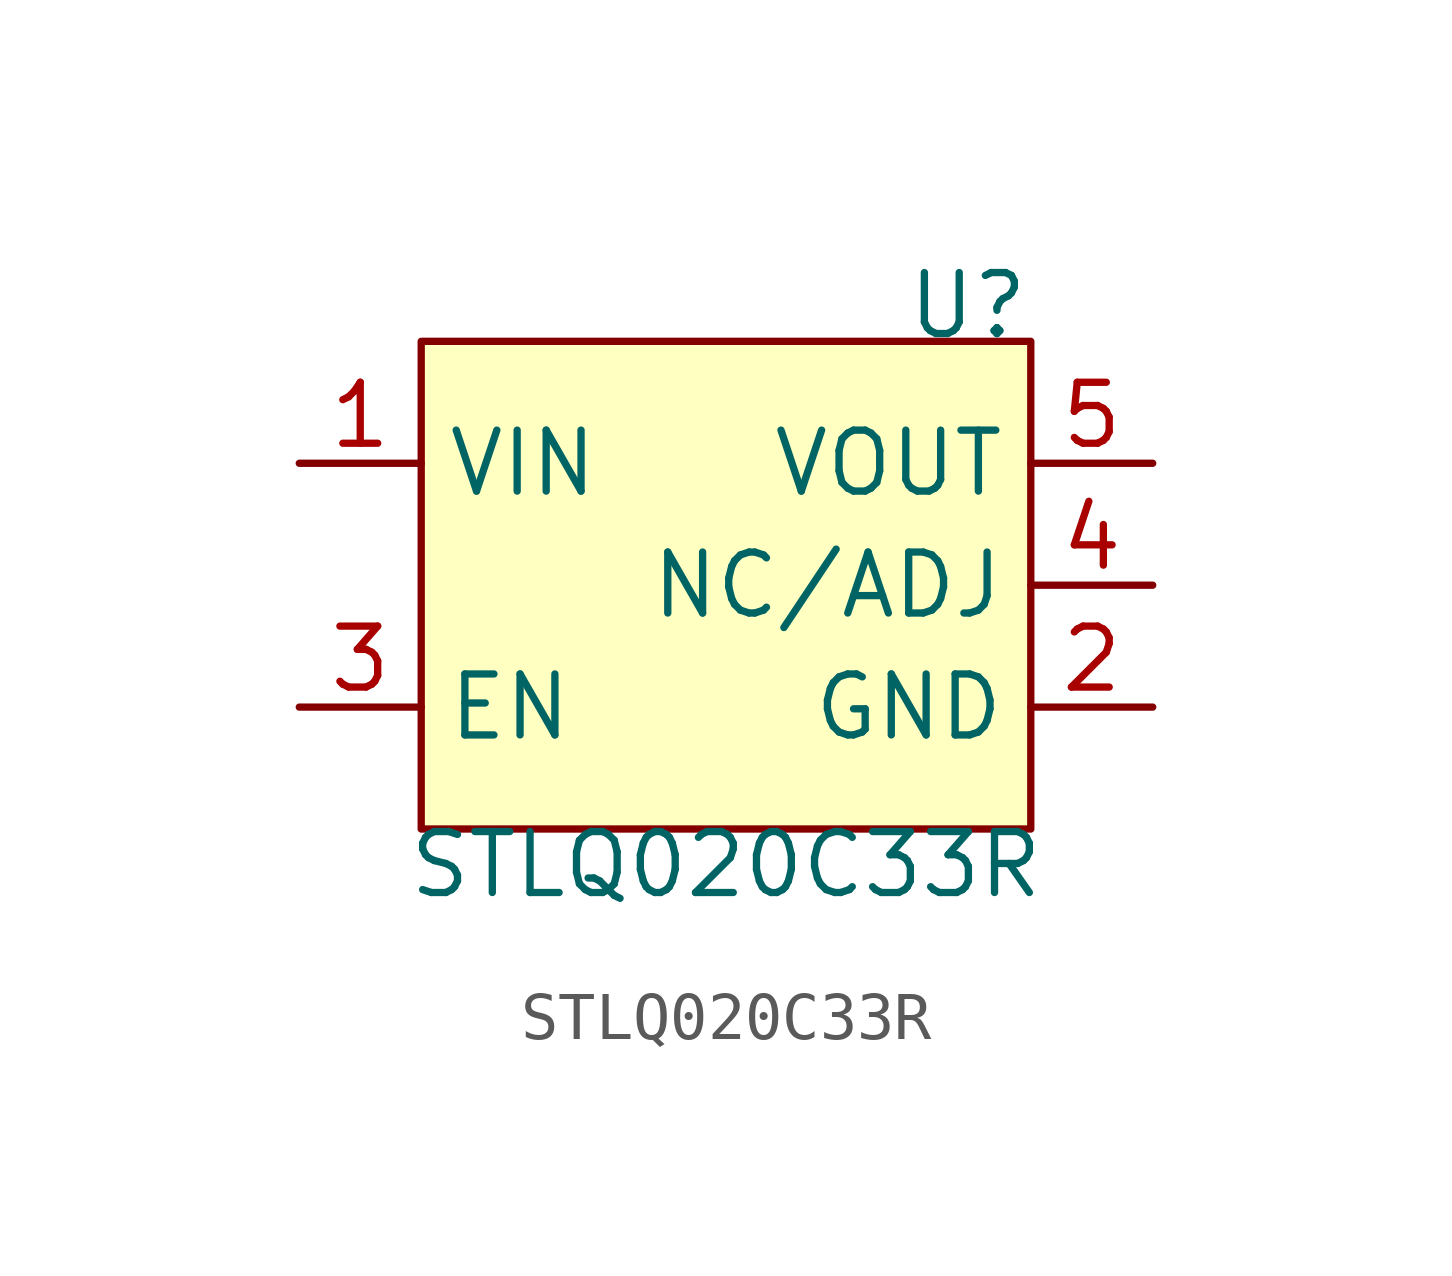
<source format=kicad_sym>
(kicad_symbol_lib
  (version 20211014)
  (generator kicad_symbol_editor)
  (symbol "STLQ020C33R"
    (property "Reference" "U"
      (at 6.35 5.08 0)
      (effects (font (size 1.27 1.27)) (justify right bottom)))
    (property "Value" "STLQ020C33R"
      (at 0 -5.08 0)
      (effects (font (size 1.27 1.27)) (justify top)))
    (symbol "STLQ020C33R_0_0"
      (pin power_in line (at -8.89 2.54 0) (length 2.54) (name "VIN" (effects (font (size 1.27 1.27)))) (number "1" (effects (font (size 1.27 1.27)))))
      (pin power_in line (at 8.89 -2.54 180) (length 2.54) (name "GND" (effects (font (size 1.27 1.27)))) (number "2" (effects (font (size 1.27 1.27)))))
      (pin input line (at -8.89 -2.54 0) (length 2.54) (name "EN" (effects (font (size 1.27 1.27)))) (number "3" (effects (font (size 1.27 1.27)))))
      (pin passive line (at 8.89 0 180) (length 2.54) (name "NC/ADJ" (effects (font (size 1.27 1.27)))) (number "4" (effects (font (size 1.27 1.27)))))
      (pin power_in line (at 8.89 2.54 180) (length 2.54) (name "VOUT" (effects (font (size 1.27 1.27)))) (number "5" (effects (font (size 1.27 1.27))))))
    (symbol "STLQ020C33R_0_1"
      (rectangle (start -6.35 5.08) (end 6.35 -5.08) (stroke (width 0) (type default) (color 0 0 0 0)) (fill (type background))))))
</source>
